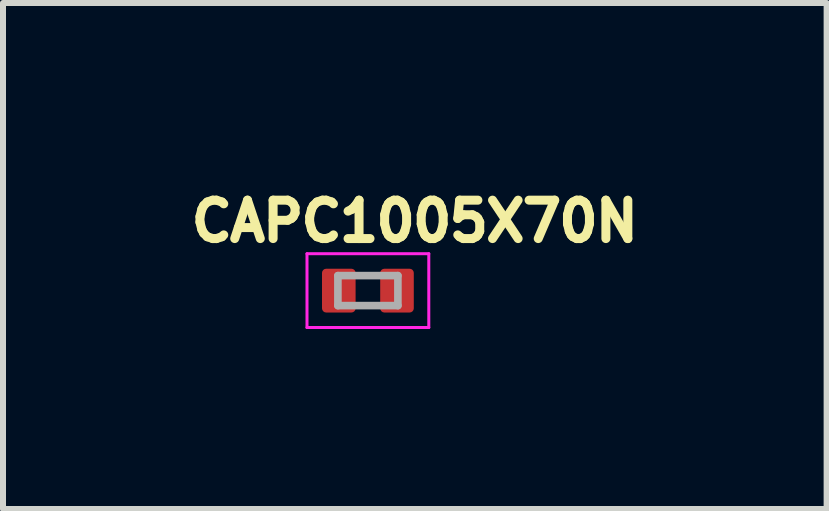
<source format=kicad_pcb>
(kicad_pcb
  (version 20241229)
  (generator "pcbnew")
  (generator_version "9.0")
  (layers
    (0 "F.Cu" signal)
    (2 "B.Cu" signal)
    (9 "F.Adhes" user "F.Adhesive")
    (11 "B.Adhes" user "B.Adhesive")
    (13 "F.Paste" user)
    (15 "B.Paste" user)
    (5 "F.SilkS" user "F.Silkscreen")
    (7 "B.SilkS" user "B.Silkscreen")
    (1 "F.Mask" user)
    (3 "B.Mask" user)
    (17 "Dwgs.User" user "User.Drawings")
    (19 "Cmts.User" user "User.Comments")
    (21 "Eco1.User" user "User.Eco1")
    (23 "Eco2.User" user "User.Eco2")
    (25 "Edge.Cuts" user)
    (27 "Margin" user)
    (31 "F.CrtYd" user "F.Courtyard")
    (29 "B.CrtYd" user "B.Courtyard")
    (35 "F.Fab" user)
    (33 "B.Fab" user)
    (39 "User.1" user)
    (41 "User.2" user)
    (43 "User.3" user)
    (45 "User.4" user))
  (footprint "CAPC1005X70N"
    (layer "F.Cu")
    (at 3.082 1.794)
    (property "Reference" "CAPC1005X70N" (at 0.782 -1.156 0) (layer "F.SilkS") (effects (font (size 0.64 0.64) (thickness 0.15))))
    (attr smd)
    (fp_line (start -1.015 -0.615) (end 1.015 -0.615) (stroke (width 0.05) (type solid)) (layer "F.CrtYd"))
    (fp_line (start -1.015 0.615) (end -1.015 -0.615) (stroke (width 0.05) (type solid)) (layer "F.CrtYd"))
    (fp_line (start 1.015 -0.615) (end 1.015 0.615) (stroke (width 0.05) (type solid)) (layer "F.CrtYd"))
    (fp_line (start 1.015 0.615) (end -1.015 0.615) (stroke (width 0.05) (type solid)) (layer "F.CrtYd"))
    (fp_line (start -0.5 -0.25) (end 0.5 -0.25) (stroke (width 0.127) (type solid)) (layer "F.Fab"))
    (fp_line (start -0.5 0.25) (end -0.5 -0.25) (stroke (width 0.127) (type solid)) (layer "F.Fab"))
    (fp_line (start 0.5 -0.25) (end 0.5 0.25) (stroke (width 0.127) (type solid)) (layer "F.Fab"))
    (fp_line (start 0.5 0.25) (end -0.5 0.25) (stroke (width 0.127) (type solid)) (layer "F.Fab"))
    (pad "1" smd roundrect (at -0.485 0) (size 0.56 0.73) (layers "F.Cu" "F.Mask" "F.Paste") (roundrect_rratio 0.125))
    (pad "2" smd roundrect (at 0.485 0) (size 0.56 0.73) (layers "F.Cu" "F.Mask" "F.Paste") (roundrect_rratio 0.125)))
  (gr_rect
    (start -3 -3)
    (end 10.728 5.434)
    (stroke (width 0.1) (type default))
    (fill no)
    (layer "Edge.Cuts")))
</source>
